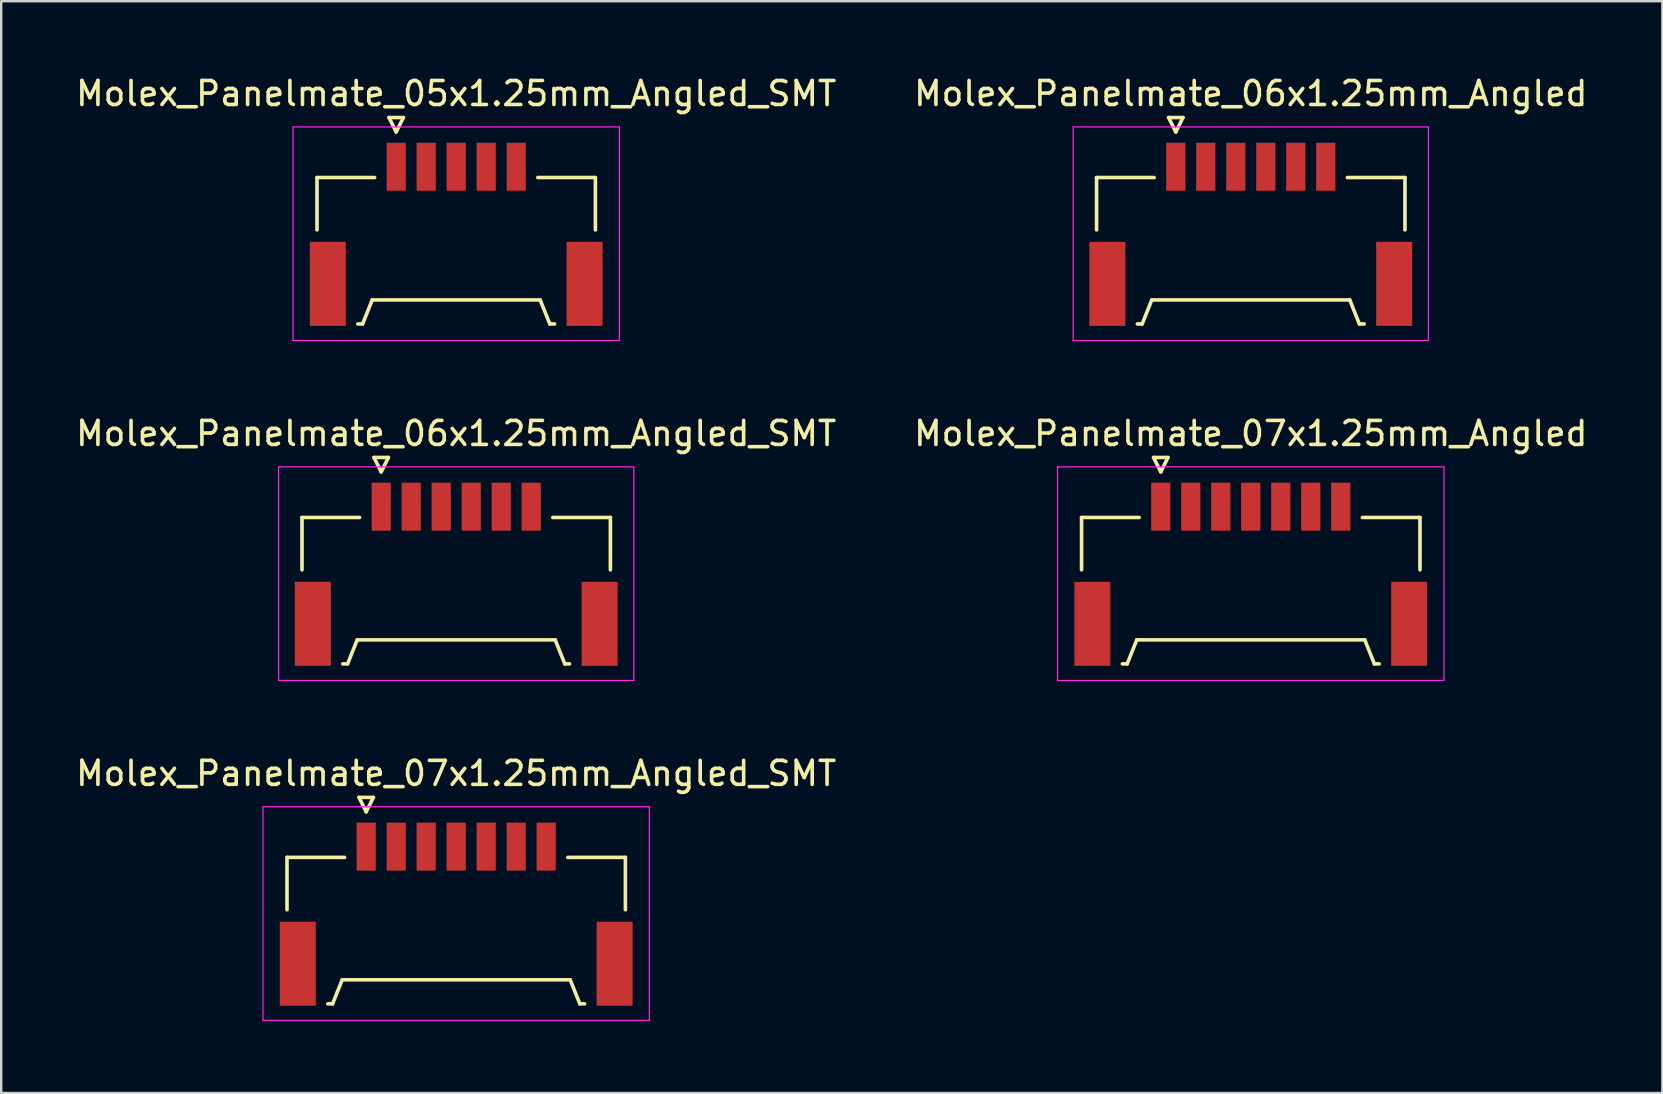
<source format=kicad_pcb>
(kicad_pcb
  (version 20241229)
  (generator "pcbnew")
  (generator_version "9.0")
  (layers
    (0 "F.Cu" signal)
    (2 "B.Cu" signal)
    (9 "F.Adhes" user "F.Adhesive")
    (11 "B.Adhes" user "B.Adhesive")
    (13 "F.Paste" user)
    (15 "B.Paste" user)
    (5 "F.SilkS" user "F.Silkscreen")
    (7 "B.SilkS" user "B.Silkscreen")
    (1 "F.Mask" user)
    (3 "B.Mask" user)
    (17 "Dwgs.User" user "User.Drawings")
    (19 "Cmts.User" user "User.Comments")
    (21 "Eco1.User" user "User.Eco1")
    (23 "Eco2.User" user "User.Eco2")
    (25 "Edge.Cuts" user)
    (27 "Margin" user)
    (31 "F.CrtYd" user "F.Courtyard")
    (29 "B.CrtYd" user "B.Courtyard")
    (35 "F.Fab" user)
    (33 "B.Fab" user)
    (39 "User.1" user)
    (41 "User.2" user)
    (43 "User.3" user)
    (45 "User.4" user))
  (footprint "Molex_Panelmate_06x1.25mm_Angled_SMT"
    (layer "F.Cu")
    (at 15.958 20.502)
    (property "Reference" "Molex_Panelmate_06x1.25mm_Angled_SMT" (at 0 -5.49 0) (layer "F.SilkS") (effects (font (size 1 1) (thickness 0.15))))
    (attr smd)
    (fp_line (start -6.425 -1.99) (end -6.425 0.19) (stroke (width 0.15) (type solid)) (layer "F.SilkS"))
    (fp_line (start -4.725 4.11) (end -4.525 4.11) (stroke (width 0.15) (type solid)) (layer "F.SilkS"))
    (fp_line (start -4.525 4.11) (end -4.125 3.11) (stroke (width 0.15) (type solid)) (layer "F.SilkS"))
    (fp_line (start -4.125 3.11) (end 4.125 3.11) (stroke (width 0.15) (type solid)) (layer "F.SilkS"))
    (fp_line (start -4.025 -1.99) (end -6.425 -1.99) (stroke (width 0.15) (type solid)) (layer "F.SilkS"))
    (fp_line (start -3.425 -4.49) (end -3.125 -3.89) (stroke (width 0.15) (type solid)) (layer "F.SilkS"))
    (fp_line (start -3.125 -3.89) (end -2.825 -4.49) (stroke (width 0.15) (type solid)) (layer "F.SilkS"))
    (fp_line (start -2.825 -4.49) (end -3.425 -4.49) (stroke (width 0.15) (type solid)) (layer "F.SilkS"))
    (fp_line (start 4.025 -1.99) (end 6.425 -1.99) (stroke (width 0.15) (type solid)) (layer "F.SilkS"))
    (fp_line (start 4.125 3.11) (end 4.525 4.11) (stroke (width 0.15) (type solid)) (layer "F.SilkS"))
    (fp_line (start 4.525 4.11) (end 4.725 4.11) (stroke (width 0.15) (type solid)) (layer "F.SilkS"))
    (fp_line (start 6.425 -1.99) (end 6.425 0.19) (stroke (width 0.15) (type solid)) (layer "F.SilkS"))
    (fp_line (start -7.4 -4.1) (end -7.4 4.8) (stroke (width 0.05) (type solid)) (layer "F.CrtYd"))
    (fp_line (start -7.4 4.8) (end 7.4 4.8) (stroke (width 0.05) (type solid)) (layer "F.CrtYd"))
    (fp_line (start 7.4 -4.1) (end -7.4 -4.1) (stroke (width 0.05) (type solid)) (layer "F.CrtYd"))
    (fp_line (start 7.4 4.8) (end 7.4 -4.1) (stroke (width 0.05) (type solid)) (layer "F.CrtYd"))
    (pad "" smd rect (at -5.975 2.44) (size 1.5 3.5) (layers "F.Cu" "F.Mask" "F.Paste"))
    (pad "" smd rect (at 5.975 2.44) (size 1.5 3.5) (layers "F.Cu" "F.Mask" "F.Paste"))
    (pad "1" smd rect (at -3.125 -2.44) (size 0.8 2) (layers "F.Cu" "F.Mask" "F.Paste"))
    (pad "2" smd rect (at -1.875 -2.44) (size 0.8 2) (layers "F.Cu" "F.Mask" "F.Paste"))
    (pad "3" smd rect (at -0.625 -2.44) (size 0.8 2) (layers "F.Cu" "F.Mask" "F.Paste"))
    (pad "4" smd rect (at 0.625 -2.44) (size 0.8 2) (layers "F.Cu" "F.Mask" "F.Paste"))
    (pad "5" smd rect (at 1.875 -2.44) (size 0.8 2) (layers "F.Cu" "F.Mask" "F.Paste"))
    (pad "6" smd rect (at 3.125 -2.44) (size 0.8 2) (layers "F.Cu" "F.Mask" "F.Paste")))
  (footprint "Molex_Panelmate_05x1.25mm_Angled_SMT"
    (layer "F.Cu")
    (at 15.958 6.338)
    (property "Reference" "Molex_Panelmate_05x1.25mm_Angled_SMT" (at 0 -5.49 0) (layer "F.SilkS") (effects (font (size 1 1) (thickness 0.15))))
    (attr smd)
    (fp_line (start -5.8 -1.99) (end -5.8 0.19) (stroke (width 0.15) (type solid)) (layer "F.SilkS"))
    (fp_line (start -4.1 4.11) (end -3.9 4.11) (stroke (width 0.15) (type solid)) (layer "F.SilkS"))
    (fp_line (start -3.9 4.11) (end -3.5 3.11) (stroke (width 0.15) (type solid)) (layer "F.SilkS"))
    (fp_line (start -3.5 3.11) (end 3.5 3.11) (stroke (width 0.15) (type solid)) (layer "F.SilkS"))
    (fp_line (start -3.4 -1.99) (end -5.8 -1.99) (stroke (width 0.15) (type solid)) (layer "F.SilkS"))
    (fp_line (start -2.8 -4.49) (end -2.5 -3.89) (stroke (width 0.15) (type solid)) (layer "F.SilkS"))
    (fp_line (start -2.5 -3.89) (end -2.2 -4.49) (stroke (width 0.15) (type solid)) (layer "F.SilkS"))
    (fp_line (start -2.2 -4.49) (end -2.8 -4.49) (stroke (width 0.15) (type solid)) (layer "F.SilkS"))
    (fp_line (start 3.4 -1.99) (end 5.8 -1.99) (stroke (width 0.15) (type solid)) (layer "F.SilkS"))
    (fp_line (start 3.5 3.11) (end 3.9 4.11) (stroke (width 0.15) (type solid)) (layer "F.SilkS"))
    (fp_line (start 3.9 4.11) (end 4.1 4.11) (stroke (width 0.15) (type solid)) (layer "F.SilkS"))
    (fp_line (start 5.8 -1.99) (end 5.8 0.19) (stroke (width 0.15) (type solid)) (layer "F.SilkS"))
    (fp_line (start -6.8 -4.1) (end -6.8 4.8) (stroke (width 0.05) (type solid)) (layer "F.CrtYd"))
    (fp_line (start -6.8 4.8) (end 6.8 4.8) (stroke (width 0.05) (type solid)) (layer "F.CrtYd"))
    (fp_line (start 6.8 -4.1) (end -6.8 -4.1) (stroke (width 0.05) (type solid)) (layer "F.CrtYd"))
    (fp_line (start 6.8 4.8) (end 6.8 -4.1) (stroke (width 0.05) (type solid)) (layer "F.CrtYd"))
    (pad "" smd rect (at -5.35 2.44) (size 1.5 3.5) (layers "F.Cu" "F.Mask" "F.Paste"))
    (pad "" smd rect (at 5.35 2.44) (size 1.5 3.5) (layers "F.Cu" "F.Mask" "F.Paste"))
    (pad "1" smd rect (at -2.5 -2.44) (size 0.8 2) (layers "F.Cu" "F.Mask" "F.Paste"))
    (pad "2" smd rect (at -1.25 -2.44) (size 0.8 2) (layers "F.Cu" "F.Mask" "F.Paste"))
    (pad "3" smd rect (at 0 -2.44) (size 0.8 2) (layers "F.Cu" "F.Mask" "F.Paste"))
    (pad "4" smd rect (at 1.25 -2.44) (size 0.8 2) (layers "F.Cu" "F.Mask" "F.Paste"))
    (pad "5" smd rect (at 2.5 -2.44) (size 0.8 2) (layers "F.Cu" "F.Mask" "F.Paste")))
  (footprint "Molex_Panelmate_06x1.25mm_Angled"
    (layer "F.Cu")
    (at 49.065 6.338)
    (property "Reference" "Molex_Panelmate_06x1.25mm_Angled" (at 0 -5.49 0) (layer "F.SilkS") (effects (font (size 1 1) (thickness 0.15))))
    (attr smd)
    (fp_line (start -6.425 -1.99) (end -6.425 0.19) (stroke (width 0.15) (type solid)) (layer "F.SilkS"))
    (fp_line (start -4.725 4.11) (end -4.525 4.11) (stroke (width 0.15) (type solid)) (layer "F.SilkS"))
    (fp_line (start -4.525 4.11) (end -4.125 3.11) (stroke (width 0.15) (type solid)) (layer "F.SilkS"))
    (fp_line (start -4.125 3.11) (end 4.125 3.11) (stroke (width 0.15) (type solid)) (layer "F.SilkS"))
    (fp_line (start -4.025 -1.99) (end -6.425 -1.99) (stroke (width 0.15) (type solid)) (layer "F.SilkS"))
    (fp_line (start -3.425 -4.49) (end -3.125 -3.89) (stroke (width 0.15) (type solid)) (layer "F.SilkS"))
    (fp_line (start -3.125 -3.89) (end -2.825 -4.49) (stroke (width 0.15) (type solid)) (layer "F.SilkS"))
    (fp_line (start -2.825 -4.49) (end -3.425 -4.49) (stroke (width 0.15) (type solid)) (layer "F.SilkS"))
    (fp_line (start 4.025 -1.99) (end 6.425 -1.99) (stroke (width 0.15) (type solid)) (layer "F.SilkS"))
    (fp_line (start 4.125 3.11) (end 4.525 4.11) (stroke (width 0.15) (type solid)) (layer "F.SilkS"))
    (fp_line (start 4.525 4.11) (end 4.725 4.11) (stroke (width 0.15) (type solid)) (layer "F.SilkS"))
    (fp_line (start 6.425 -1.99) (end 6.425 0.19) (stroke (width 0.15) (type solid)) (layer "F.SilkS"))
    (fp_line (start -7.4 -4.1) (end -7.4 4.8) (stroke (width 0.05) (type solid)) (layer "F.CrtYd"))
    (fp_line (start -7.4 4.8) (end 7.4 4.8) (stroke (width 0.05) (type solid)) (layer "F.CrtYd"))
    (fp_line (start 7.4 -4.1) (end -7.4 -4.1) (stroke (width 0.05) (type solid)) (layer "F.CrtYd"))
    (fp_line (start 7.4 4.8) (end 7.4 -4.1) (stroke (width 0.05) (type solid)) (layer "F.CrtYd"))
    (pad "" smd rect (at -5.975 2.44) (size 1.5 3.5) (layers "F.Cu" "F.Mask" "F.Paste"))
    (pad "" smd rect (at 5.975 2.44) (size 1.5 3.5) (layers "F.Cu" "F.Mask" "F.Paste"))
    (pad "1" smd rect (at -3.125 -2.44) (size 0.8 2) (layers "F.Cu" "F.Mask" "F.Paste"))
    (pad "2" smd rect (at -1.875 -2.44) (size 0.8 2) (layers "F.Cu" "F.Mask" "F.Paste"))
    (pad "3" smd rect (at -0.625 -2.44) (size 0.8 2) (layers "F.Cu" "F.Mask" "F.Paste"))
    (pad "4" smd rect (at 0.625 -2.44) (size 0.8 2) (layers "F.Cu" "F.Mask" "F.Paste"))
    (pad "5" smd rect (at 1.875 -2.44) (size 0.8 2) (layers "F.Cu" "F.Mask" "F.Paste"))
    (pad "6" smd rect (at 3.125 -2.44) (size 0.8 2) (layers "F.Cu" "F.Mask" "F.Paste")))
  (footprint "Molex_Panelmate_07x1.25mm_Angled_SMT"
    (layer "F.Cu")
    (at 15.958 34.665)
    (property "Reference" "Molex_Panelmate_07x1.25mm_Angled_SMT" (at 0 -5.49 0) (layer "F.SilkS") (effects (font (size 1 1) (thickness 0.15))))
    (attr smd)
    (fp_line (start -7.05 -1.99) (end -7.05 0.19) (stroke (width 0.15) (type solid)) (layer "F.SilkS"))
    (fp_line (start -5.35 4.11) (end -5.15 4.11) (stroke (width 0.15) (type solid)) (layer "F.SilkS"))
    (fp_line (start -5.15 4.11) (end -4.75 3.11) (stroke (width 0.15) (type solid)) (layer "F.SilkS"))
    (fp_line (start -4.75 3.11) (end 4.75 3.11) (stroke (width 0.15) (type solid)) (layer "F.SilkS"))
    (fp_line (start -4.65 -1.99) (end -7.05 -1.99) (stroke (width 0.15) (type solid)) (layer "F.SilkS"))
    (fp_line (start -4.05 -4.49) (end -3.75 -3.89) (stroke (width 0.15) (type solid)) (layer "F.SilkS"))
    (fp_line (start -3.75 -3.89) (end -3.45 -4.49) (stroke (width 0.15) (type solid)) (layer "F.SilkS"))
    (fp_line (start -3.45 -4.49) (end -4.05 -4.49) (stroke (width 0.15) (type solid)) (layer "F.SilkS"))
    (fp_line (start 4.65 -1.99) (end 7.05 -1.99) (stroke (width 0.15) (type solid)) (layer "F.SilkS"))
    (fp_line (start 4.75 3.11) (end 5.15 4.11) (stroke (width 0.15) (type solid)) (layer "F.SilkS"))
    (fp_line (start 5.15 4.11) (end 5.35 4.11) (stroke (width 0.15) (type solid)) (layer "F.SilkS"))
    (fp_line (start 7.05 -1.99) (end 7.05 0.19) (stroke (width 0.15) (type solid)) (layer "F.SilkS"))
    (fp_line (start -8.05 -4.1) (end -8.05 4.8) (stroke (width 0.05) (type solid)) (layer "F.CrtYd"))
    (fp_line (start -8.05 4.8) (end 8.05 4.8) (stroke (width 0.05) (type solid)) (layer "F.CrtYd"))
    (fp_line (start 8.05 -4.1) (end -8.05 -4.1) (stroke (width 0.05) (type solid)) (layer "F.CrtYd"))
    (fp_line (start 8.05 4.8) (end 8.05 -4.1) (stroke (width 0.05) (type solid)) (layer "F.CrtYd"))
    (pad "" smd rect (at -6.6 2.44) (size 1.5 3.5) (layers "F.Cu" "F.Mask" "F.Paste"))
    (pad "" smd rect (at 6.6 2.44) (size 1.5 3.5) (layers "F.Cu" "F.Mask" "F.Paste"))
    (pad "1" smd rect (at -3.75 -2.44) (size 0.8 2) (layers "F.Cu" "F.Mask" "F.Paste"))
    (pad "2" smd rect (at -2.5 -2.44) (size 0.8 2) (layers "F.Cu" "F.Mask" "F.Paste"))
    (pad "3" smd rect (at -1.25 -2.44) (size 0.8 2) (layers "F.Cu" "F.Mask" "F.Paste"))
    (pad "4" smd rect (at 0 -2.44) (size 0.8 2) (layers "F.Cu" "F.Mask" "F.Paste"))
    (pad "5" smd rect (at 1.25 -2.44) (size 0.8 2) (layers "F.Cu" "F.Mask" "F.Paste"))
    (pad "6" smd rect (at 2.5 -2.44) (size 0.8 2) (layers "F.Cu" "F.Mask" "F.Paste"))
    (pad "7" smd rect (at 3.75 -2.44) (size 0.8 2) (layers "F.Cu" "F.Mask" "F.Paste")))
  (footprint "Molex_Panelmate_07x1.25mm_Angled"
    (layer "F.Cu")
    (at 49.065 20.502)
    (property "Reference" "Molex_Panelmate_07x1.25mm_Angled" (at 0 -5.49 0) (layer "F.SilkS") (effects (font (size 1 1) (thickness 0.15))))
    (attr smd)
    (fp_line (start -7.05 -1.99) (end -7.05 0.19) (stroke (width 0.15) (type solid)) (layer "F.SilkS"))
    (fp_line (start -5.35 4.11) (end -5.15 4.11) (stroke (width 0.15) (type solid)) (layer "F.SilkS"))
    (fp_line (start -5.15 4.11) (end -4.75 3.11) (stroke (width 0.15) (type solid)) (layer "F.SilkS"))
    (fp_line (start -4.75 3.11) (end 4.75 3.11) (stroke (width 0.15) (type solid)) (layer "F.SilkS"))
    (fp_line (start -4.65 -1.99) (end -7.05 -1.99) (stroke (width 0.15) (type solid)) (layer "F.SilkS"))
    (fp_line (start -4.05 -4.49) (end -3.75 -3.89) (stroke (width 0.15) (type solid)) (layer "F.SilkS"))
    (fp_line (start -3.75 -3.89) (end -3.45 -4.49) (stroke (width 0.15) (type solid)) (layer "F.SilkS"))
    (fp_line (start -3.45 -4.49) (end -4.05 -4.49) (stroke (width 0.15) (type solid)) (layer "F.SilkS"))
    (fp_line (start 4.65 -1.99) (end 7.05 -1.99) (stroke (width 0.15) (type solid)) (layer "F.SilkS"))
    (fp_line (start 4.75 3.11) (end 5.15 4.11) (stroke (width 0.15) (type solid)) (layer "F.SilkS"))
    (fp_line (start 5.15 4.11) (end 5.35 4.11) (stroke (width 0.15) (type solid)) (layer "F.SilkS"))
    (fp_line (start 7.05 -1.99) (end 7.05 0.19) (stroke (width 0.15) (type solid)) (layer "F.SilkS"))
    (fp_line (start -8.05 -4.1) (end -8.05 4.8) (stroke (width 0.05) (type solid)) (layer "F.CrtYd"))
    (fp_line (start -8.05 4.8) (end 8.05 4.8) (stroke (width 0.05) (type solid)) (layer "F.CrtYd"))
    (fp_line (start 8.05 -4.1) (end -8.05 -4.1) (stroke (width 0.05) (type solid)) (layer "F.CrtYd"))
    (fp_line (start 8.05 4.8) (end 8.05 -4.1) (stroke (width 0.05) (type solid)) (layer "F.CrtYd"))
    (pad "" smd rect (at -6.6 2.44) (size 1.5 3.5) (layers "F.Cu" "F.Mask" "F.Paste"))
    (pad "" smd rect (at 6.6 2.44) (size 1.5 3.5) (layers "F.Cu" "F.Mask" "F.Paste"))
    (pad "1" smd rect (at -3.75 -2.44) (size 0.8 2) (layers "F.Cu" "F.Mask" "F.Paste"))
    (pad "2" smd rect (at -2.5 -2.44) (size 0.8 2) (layers "F.Cu" "F.Mask" "F.Paste"))
    (pad "3" smd rect (at -1.25 -2.44) (size 0.8 2) (layers "F.Cu" "F.Mask" "F.Paste"))
    (pad "4" smd rect (at 0 -2.44) (size 0.8 2) (layers "F.Cu" "F.Mask" "F.Paste"))
    (pad "5" smd rect (at 1.25 -2.44) (size 0.8 2) (layers "F.Cu" "F.Mask" "F.Paste"))
    (pad "6" smd rect (at 2.5 -2.44) (size 0.8 2) (layers "F.Cu" "F.Mask" "F.Paste"))
    (pad "7" smd rect (at 3.75 -2.44) (size 0.8 2) (layers "F.Cu" "F.Mask" "F.Paste")))
  (gr_rect
    (start -3 -3)
    (end 66.214 42.49)
    (stroke (width 0.1) (type default))
    (fill no)
    (layer "Edge.Cuts")))
</source>
